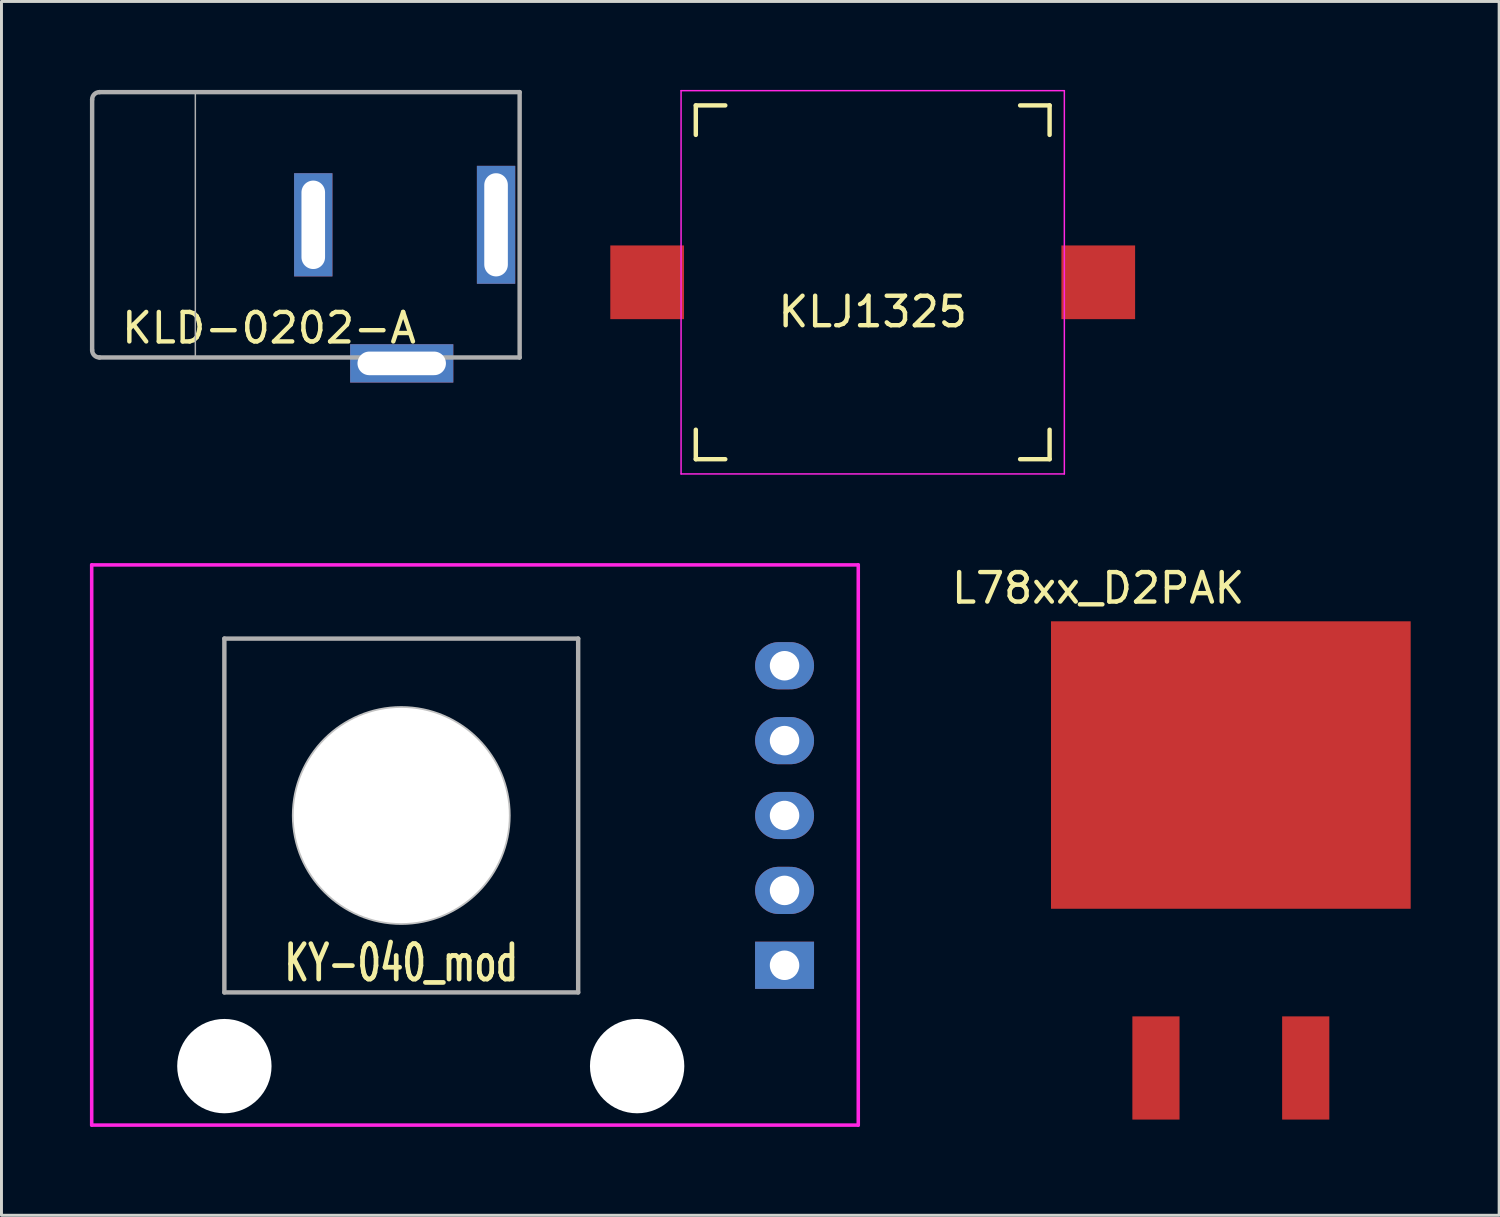
<source format=kicad_pcb>
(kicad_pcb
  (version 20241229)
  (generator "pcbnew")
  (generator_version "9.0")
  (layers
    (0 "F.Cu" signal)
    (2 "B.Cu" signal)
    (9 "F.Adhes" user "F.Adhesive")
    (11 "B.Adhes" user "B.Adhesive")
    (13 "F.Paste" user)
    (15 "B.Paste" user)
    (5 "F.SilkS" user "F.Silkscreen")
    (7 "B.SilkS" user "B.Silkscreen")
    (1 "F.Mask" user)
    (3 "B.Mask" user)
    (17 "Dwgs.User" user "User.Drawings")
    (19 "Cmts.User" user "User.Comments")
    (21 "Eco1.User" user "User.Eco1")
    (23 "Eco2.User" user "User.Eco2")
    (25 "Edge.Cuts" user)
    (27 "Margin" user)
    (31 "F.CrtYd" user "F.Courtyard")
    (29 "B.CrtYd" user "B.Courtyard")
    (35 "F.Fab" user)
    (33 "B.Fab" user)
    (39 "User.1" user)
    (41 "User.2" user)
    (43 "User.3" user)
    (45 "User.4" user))
  (footprint "L78xx_D2PAK"
    (layer "F.Cu")
    (at 38.697 22.898)
    (property "Reference" "L78xx_D2PAK" (at -4.5 -6 0) (layer "F.SilkS") (effects (font (size 1 1) (thickness 0.15))))
    (attr through_hole)
    (pad "1" smd rect (at -2.54 10.275) (size 1.6 3.5) (layers "F.Cu" "F.Mask" "F.Paste"))
    (pad "2" smd rect (at 0 0) (size 12.2 9.75) (layers "F.Cu" "F.Mask" "F.Paste"))
    (pad "3" smd rect (at 2.54 10.275) (size 1.6 3.5) (layers "F.Cu" "F.Mask" "F.Paste")))
  (footprint "KLJ1325"
    (layer "F.Cu")
    (at 26.55 6.525)
    (property "Reference" "KLJ1325" (at 0 1 0) (layer "F.SilkS") (effects (font (size 1 1) (thickness 0.15))))
    (attr smd)
    (fp_line (start -6 -6) (end -6 -5) (stroke (width 0.15) (type solid)) (layer "F.SilkS"))
    (fp_line (start -6 -6) (end -5 -6) (stroke (width 0.15) (type solid)) (layer "F.SilkS"))
    (fp_line (start -6 5) (end -6 6) (stroke (width 0.15) (type solid)) (layer "F.SilkS"))
    (fp_line (start -6 6) (end -5 6) (stroke (width 0.15) (type solid)) (layer "F.SilkS"))
    (fp_line (start 5 6) (end 6 6) (stroke (width 0.15) (type solid)) (layer "F.SilkS"))
    (fp_line (start 6 -6) (end 5 -6) (stroke (width 0.15) (type solid)) (layer "F.SilkS"))
    (fp_line (start 6 -5) (end 6 -6) (stroke (width 0.15) (type solid)) (layer "F.SilkS"))
    (fp_line (start 6 6) (end 6 5) (stroke (width 0.15) (type solid)) (layer "F.SilkS"))
    (fp_line (start -6.5 -6.5) (end 6.5 -6.5) (stroke (width 0.05) (type solid)) (layer "F.CrtYd"))
    (fp_line (start -6.5 6.5) (end -6.5 -6.5) (stroke (width 0.05) (type solid)) (layer "F.CrtYd"))
    (fp_line (start 6.5 -6.5) (end 6.5 6.5) (stroke (width 0.05) (type solid)) (layer "F.CrtYd"))
    (fp_line (start 6.5 6.5) (end -6.5 6.5) (stroke (width 0.05) (type solid)) (layer "F.CrtYd"))
    (pad "1" smd rect (at -7.65 0) (size 2.5 2.5) (layers "F.Cu" "F.Mask" "F.Paste"))
    (pad "2" smd rect (at 7.65 0) (size 2.5 2.5) (layers "F.Cu" "F.Mask" "F.Paste")))
  (footprint "KLD-0202-A"
    (layer "F.Cu")
    (at 7.575 4.575)
    (property "Reference" "KLD-0202-A" (at -1.5 3.5 0) (layer "F.SilkS") (effects (font (size 1 1) (thickness 0.15))))
    (attr through_hole)
    (fp_line (start -7.5 4.25) (end -7.5 -4.25) (stroke (width 0.15) (type solid)) (layer "F.Fab"))
    (fp_line (start -7.25 -4.5) (end 7 -4.5) (stroke (width 0.15) (type solid)) (layer "F.Fab"))
    (fp_line (start -4 -4.5) (end -4 4.5) (stroke (width 0.05) (type solid)) (layer "F.Fab"))
    (fp_line (start 7 -4.5) (end 7 4.5) (stroke (width 0.15) (type solid)) (layer "F.Fab"))
    (fp_line (start 7 4.5) (end -7.25 4.5) (stroke (width 0.15) (type solid)) (layer "F.Fab"))
    (fp_arc (start -7.5 -4.25) (mid -7.426777 -4.426777) (end -7.25 -4.5) (stroke (width 0.15) (type solid)) (layer "F.Fab"))
    (fp_arc (start -7.25 4.5) (mid -7.426777 4.426777) (end -7.5 4.25) (stroke (width 0.15) (type solid)) (layer "F.Fab"))
    (pad "1" thru_hole rect (at 6.2 0) (size 1.3 4) (drill oval 0.8 3.5) (layers "*.Cu" "*.Mask"))
    (pad "2" thru_hole rect (at 0 0) (size 1.3 3.5) (drill oval 0.8 3) (layers "*.Cu" "*.Mask"))
    (pad "3" thru_hole rect (at 3 4.7) (size 3.5 1.3) (drill oval 3 0.8) (layers "*.Cu" "*.Mask")))
  (footprint "KY-040_mod"
    (layer "F.Cu")
    (at 10.56 24.61)
    (property "Reference" "KY-040_mod" (at 0 5 0) (layer "F.SilkS") (effects (font (size 1.2 0.8) (thickness 0.16))))
    (attr through_hole)
    (fp_circle (center 0 0) (end 3.65 0) (stroke (width 0.12) (type solid)) (fill no) (layer "Dwgs.User"))
    (fp_line (start -10.5 -8.5) (end -10.5 10.5) (stroke (width 0.12) (type solid)) (layer "F.CrtYd"))
    (fp_line (start -10.5 -8.5) (end 15.5 -8.5) (stroke (width 0.12) (type solid)) (layer "F.CrtYd"))
    (fp_line (start -10.5 10.5) (end 15.5 10.5) (stroke (width 0.12) (type solid)) (layer "F.CrtYd"))
    (fp_line (start 15.5 -8.5) (end 15.5 10.5) (stroke (width 0.12) (type solid)) (layer "F.CrtYd"))
    (fp_line (start -6 -6) (end 6 -6) (stroke (width 0.15) (type solid)) (layer "F.Fab"))
    (fp_line (start -6 6) (end -6 -6) (stroke (width 0.15) (type solid)) (layer "F.Fab"))
    (fp_line (start 6 -6) (end 6 6) (stroke (width 0.15) (type solid)) (layer "F.Fab"))
    (fp_line (start 6 6) (end -6 6) (stroke (width 0.15) (type solid)) (layer "F.Fab"))
    (pad "" np_thru_hole circle (at -6 8.5) (size 3.2 3.2) (drill 3.2) (layers "*.Cu" "*.Mask"))
    (pad "" np_thru_hole circle (at 0 0) (size 7.3 7.3) (drill 7.3) (layers "*.Cu" "*.Mask"))
    (pad "" np_thru_hole circle (at 8 8.5) (size 3.2 3.2) (drill 3.2) (layers "*.Cu" "*.Mask"))
    (pad "1" thru_hole rect (at 13 5.08) (size 2 1.6) (drill 1) (layers "*.Cu" "*.Mask"))
    (pad "2" thru_hole oval (at 13 2.54) (size 2 1.6) (drill 1) (layers "*.Cu" "*.Mask"))
    (pad "3" thru_hole oval (at 13 0) (size 2 1.6) (drill 1) (layers "*.Cu" "*.Mask"))
    (pad "4" thru_hole oval (at 13 -2.54) (size 2 1.6) (drill 1) (layers "*.Cu" "*.Mask"))
    (pad "5" thru_hole oval (at 13 -5.08) (size 2 1.6) (drill 1) (layers "*.Cu" "*.Mask")))
  (gr_rect
    (start -3 -3)
    (end 47.797 38.17)
    (stroke (width 0.1) (type default))
    (fill no)
    (layer "Edge.Cuts")))
</source>
